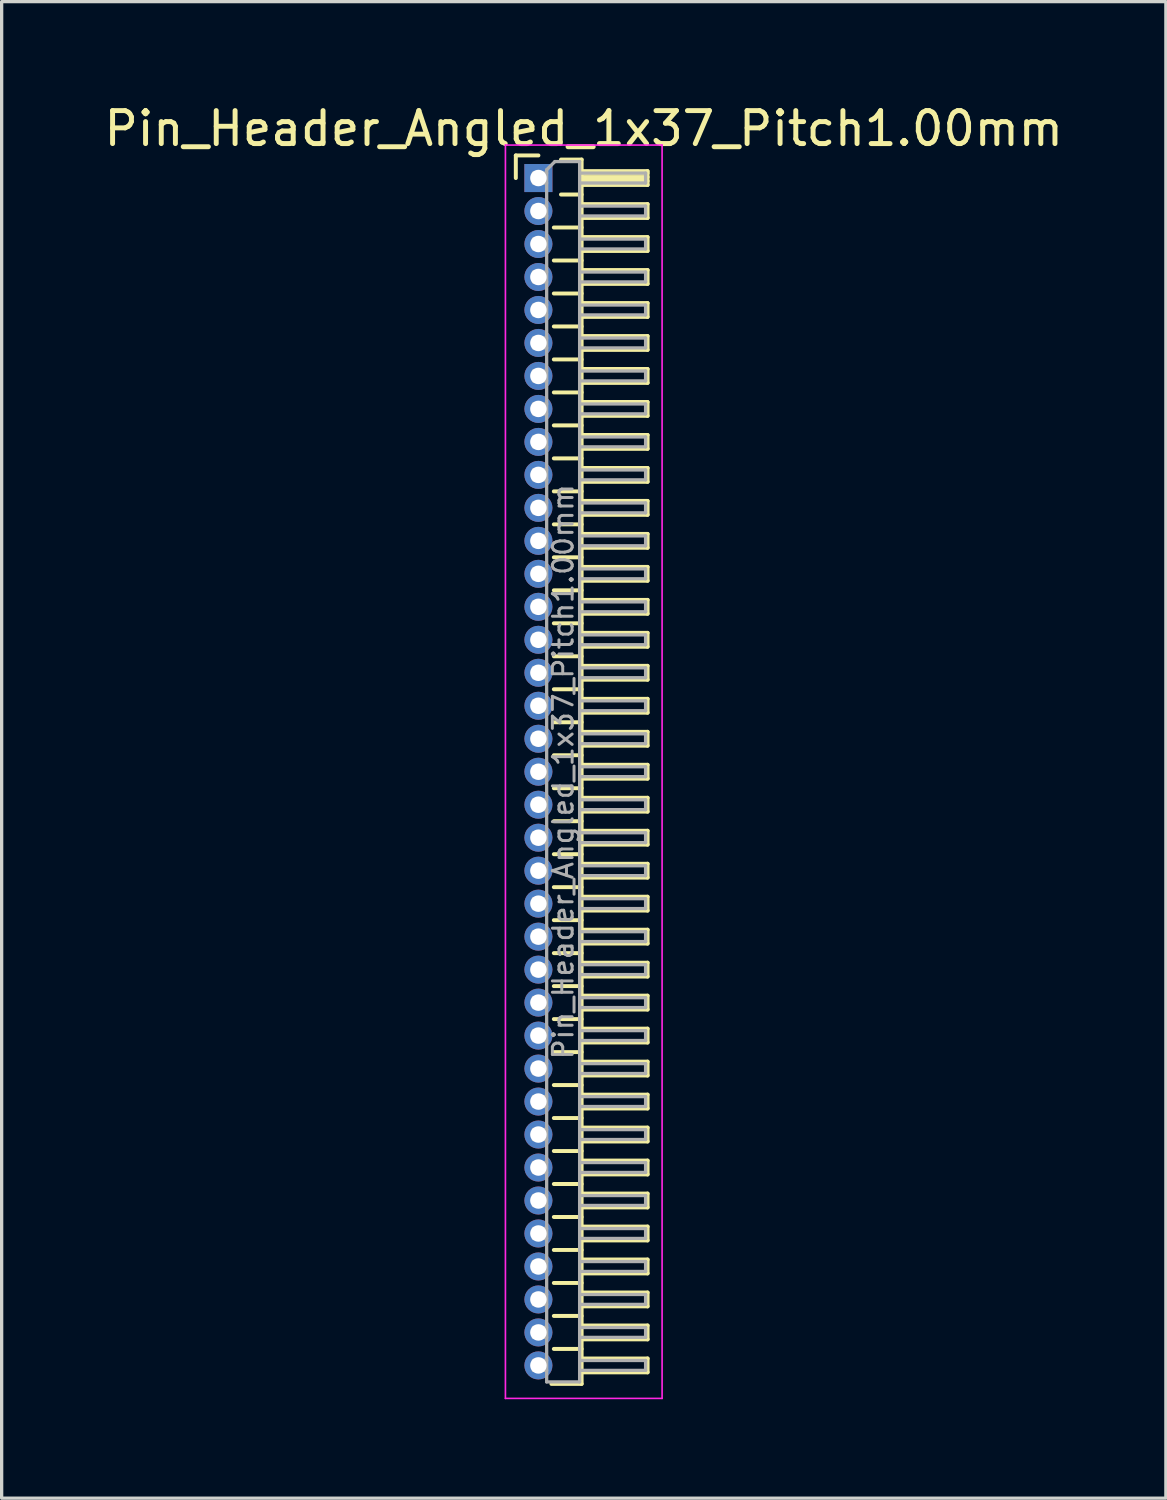
<source format=kicad_pcb>
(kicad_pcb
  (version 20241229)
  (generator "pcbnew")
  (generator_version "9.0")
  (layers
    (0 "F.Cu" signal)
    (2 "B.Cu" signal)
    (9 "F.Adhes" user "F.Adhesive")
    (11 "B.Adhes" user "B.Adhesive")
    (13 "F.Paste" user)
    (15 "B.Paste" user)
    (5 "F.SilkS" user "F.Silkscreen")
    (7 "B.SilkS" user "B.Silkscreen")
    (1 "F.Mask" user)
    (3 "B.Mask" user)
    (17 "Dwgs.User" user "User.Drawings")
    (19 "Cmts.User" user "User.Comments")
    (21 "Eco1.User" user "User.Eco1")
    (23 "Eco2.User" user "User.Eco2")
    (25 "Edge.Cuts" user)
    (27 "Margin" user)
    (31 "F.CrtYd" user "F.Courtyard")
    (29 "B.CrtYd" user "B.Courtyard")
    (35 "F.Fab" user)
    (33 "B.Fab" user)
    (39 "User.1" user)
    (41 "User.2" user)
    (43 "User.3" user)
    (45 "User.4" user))
  (footprint "Pin_Header_Angled_1x37_Pitch1.00mm"
    (layer "F.Cu")
    (at 13.274 2.348)
    (property "Reference" "Pin_Header_Angled_1x37_Pitch1.00mm" (at 1.375 -1.5 0) (layer "F.SilkS") (effects (font (size 1 1) (thickness 0.15))))
    (attr through_hole)
    (fp_line (start -0.685 -0.685) (end 0 -0.685) (stroke (width 0.12) (type solid)) (layer "F.SilkS"))
    (fp_line (start -0.685 0) (end -0.685 -0.685) (stroke (width 0.12) (type solid)) (layer "F.SilkS"))
    (fp_line (start 0.468 1.5) (end 1.31 1.5) (stroke (width 0.12) (type solid)) (layer "F.SilkS"))
    (fp_line (start 0.468 2.5) (end 1.31 2.5) (stroke (width 0.12) (type solid)) (layer "F.SilkS"))
    (fp_line (start 0.468 3.5) (end 1.31 3.5) (stroke (width 0.12) (type solid)) (layer "F.SilkS"))
    (fp_line (start 0.468 4.5) (end 1.31 4.5) (stroke (width 0.12) (type solid)) (layer "F.SilkS"))
    (fp_line (start 0.468 5.5) (end 1.31 5.5) (stroke (width 0.12) (type solid)) (layer "F.SilkS"))
    (fp_line (start 0.468 6.5) (end 1.31 6.5) (stroke (width 0.12) (type solid)) (layer "F.SilkS"))
    (fp_line (start 0.468 7.5) (end 1.31 7.5) (stroke (width 0.12) (type solid)) (layer "F.SilkS"))
    (fp_line (start 0.468 8.5) (end 1.31 8.5) (stroke (width 0.12) (type solid)) (layer "F.SilkS"))
    (fp_line (start 0.468 9.5) (end 1.31 9.5) (stroke (width 0.12) (type solid)) (layer "F.SilkS"))
    (fp_line (start 0.468 10.5) (end 1.31 10.5) (stroke (width 0.12) (type solid)) (layer "F.SilkS"))
    (fp_line (start 0.468 11.5) (end 1.31 11.5) (stroke (width 0.12) (type solid)) (layer "F.SilkS"))
    (fp_line (start 0.468 12.5) (end 1.31 12.5) (stroke (width 0.12) (type solid)) (layer "F.SilkS"))
    (fp_line (start 0.468 13.5) (end 1.31 13.5) (stroke (width 0.12) (type solid)) (layer "F.SilkS"))
    (fp_line (start 0.468 14.5) (end 1.31 14.5) (stroke (width 0.12) (type solid)) (layer "F.SilkS"))
    (fp_line (start 0.468 15.5) (end 1.31 15.5) (stroke (width 0.12) (type solid)) (layer "F.SilkS"))
    (fp_line (start 0.468 16.5) (end 1.31 16.5) (stroke (width 0.12) (type solid)) (layer "F.SilkS"))
    (fp_line (start 0.468 17.5) (end 1.31 17.5) (stroke (width 0.12) (type solid)) (layer "F.SilkS"))
    (fp_line (start 0.468 18.5) (end 1.31 18.5) (stroke (width 0.12) (type solid)) (layer "F.SilkS"))
    (fp_line (start 0.468 19.5) (end 1.31 19.5) (stroke (width 0.12) (type solid)) (layer "F.SilkS"))
    (fp_line (start 0.468 20.5) (end 1.31 20.5) (stroke (width 0.12) (type solid)) (layer "F.SilkS"))
    (fp_line (start 0.468 21.5) (end 1.31 21.5) (stroke (width 0.12) (type solid)) (layer "F.SilkS"))
    (fp_line (start 0.468 22.5) (end 1.31 22.5) (stroke (width 0.12) (type solid)) (layer "F.SilkS"))
    (fp_line (start 0.468 23.5) (end 1.31 23.5) (stroke (width 0.12) (type solid)) (layer "F.SilkS"))
    (fp_line (start 0.468 24.5) (end 1.31 24.5) (stroke (width 0.12) (type solid)) (layer "F.SilkS"))
    (fp_line (start 0.468 25.5) (end 1.31 25.5) (stroke (width 0.12) (type solid)) (layer "F.SilkS"))
    (fp_line (start 0.468 26.5) (end 1.31 26.5) (stroke (width 0.12) (type solid)) (layer "F.SilkS"))
    (fp_line (start 0.468 27.5) (end 1.31 27.5) (stroke (width 0.12) (type solid)) (layer "F.SilkS"))
    (fp_line (start 0.468 28.5) (end 1.31 28.5) (stroke (width 0.12) (type solid)) (layer "F.SilkS"))
    (fp_line (start 0.468 29.5) (end 1.31 29.5) (stroke (width 0.12) (type solid)) (layer "F.SilkS"))
    (fp_line (start 0.468 30.5) (end 1.31 30.5) (stroke (width 0.12) (type solid)) (layer "F.SilkS"))
    (fp_line (start 0.468 31.5) (end 1.31 31.5) (stroke (width 0.12) (type solid)) (layer "F.SilkS"))
    (fp_line (start 0.468 32.5) (end 1.31 32.5) (stroke (width 0.12) (type solid)) (layer "F.SilkS"))
    (fp_line (start 0.468 33.5) (end 1.31 33.5) (stroke (width 0.12) (type solid)) (layer "F.SilkS"))
    (fp_line (start 0.468 34.5) (end 1.31 34.5) (stroke (width 0.12) (type solid)) (layer "F.SilkS"))
    (fp_line (start 0.468 35.5) (end 1.31 35.5) (stroke (width 0.12) (type solid)) (layer "F.SilkS"))
    (fp_line (start 0.685 -0.56) (end 1.31 -0.56) (stroke (width 0.12) (type solid)) (layer "F.SilkS"))
    (fp_line (start 0.685 0.5) (end 1.31 0.5) (stroke (width 0.12) (type solid)) (layer "F.SilkS"))
    (fp_line (start 1.31 -0.56) (end 1.31 36.56) (stroke (width 0.12) (type solid)) (layer "F.SilkS"))
    (fp_line (start 1.31 -0.21) (end 3.31 -0.21) (stroke (width 0.12) (type solid)) (layer "F.SilkS"))
    (fp_line (start 1.31 -0.15) (end 3.31 -0.15) (stroke (width 0.12) (type solid)) (layer "F.SilkS"))
    (fp_line (start 1.31 -0.03) (end 3.31 -0.03) (stroke (width 0.12) (type solid)) (layer "F.SilkS"))
    (fp_line (start 1.31 0.09) (end 3.31 0.09) (stroke (width 0.12) (type solid)) (layer "F.SilkS"))
    (fp_line (start 1.31 0.79) (end 3.31 0.79) (stroke (width 0.12) (type solid)) (layer "F.SilkS"))
    (fp_line (start 1.31 1.79) (end 3.31 1.79) (stroke (width 0.12) (type solid)) (layer "F.SilkS"))
    (fp_line (start 1.31 2.79) (end 3.31 2.79) (stroke (width 0.12) (type solid)) (layer "F.SilkS"))
    (fp_line (start 1.31 3.79) (end 3.31 3.79) (stroke (width 0.12) (type solid)) (layer "F.SilkS"))
    (fp_line (start 1.31 4.79) (end 3.31 4.79) (stroke (width 0.12) (type solid)) (layer "F.SilkS"))
    (fp_line (start 1.31 5.79) (end 3.31 5.79) (stroke (width 0.12) (type solid)) (layer "F.SilkS"))
    (fp_line (start 1.31 6.79) (end 3.31 6.79) (stroke (width 0.12) (type solid)) (layer "F.SilkS"))
    (fp_line (start 1.31 7.79) (end 3.31 7.79) (stroke (width 0.12) (type solid)) (layer "F.SilkS"))
    (fp_line (start 1.31 8.79) (end 3.31 8.79) (stroke (width 0.12) (type solid)) (layer "F.SilkS"))
    (fp_line (start 1.31 9.79) (end 3.31 9.79) (stroke (width 0.12) (type solid)) (layer "F.SilkS"))
    (fp_line (start 1.31 10.79) (end 3.31 10.79) (stroke (width 0.12) (type solid)) (layer "F.SilkS"))
    (fp_line (start 1.31 11.79) (end 3.31 11.79) (stroke (width 0.12) (type solid)) (layer "F.SilkS"))
    (fp_line (start 1.31 12.79) (end 3.31 12.79) (stroke (width 0.12) (type solid)) (layer "F.SilkS"))
    (fp_line (start 1.31 13.79) (end 3.31 13.79) (stroke (width 0.12) (type solid)) (layer "F.SilkS"))
    (fp_line (start 1.31 14.79) (end 3.31 14.79) (stroke (width 0.12) (type solid)) (layer "F.SilkS"))
    (fp_line (start 1.31 15.79) (end 3.31 15.79) (stroke (width 0.12) (type solid)) (layer "F.SilkS"))
    (fp_line (start 1.31 16.79) (end 3.31 16.79) (stroke (width 0.12) (type solid)) (layer "F.SilkS"))
    (fp_line (start 1.31 17.79) (end 3.31 17.79) (stroke (width 0.12) (type solid)) (layer "F.SilkS"))
    (fp_line (start 1.31 18.79) (end 3.31 18.79) (stroke (width 0.12) (type solid)) (layer "F.SilkS"))
    (fp_line (start 1.31 19.79) (end 3.31 19.79) (stroke (width 0.12) (type solid)) (layer "F.SilkS"))
    (fp_line (start 1.31 20.79) (end 3.31 20.79) (stroke (width 0.12) (type solid)) (layer "F.SilkS"))
    (fp_line (start 1.31 21.79) (end 3.31 21.79) (stroke (width 0.12) (type solid)) (layer "F.SilkS"))
    (fp_line (start 1.31 22.79) (end 3.31 22.79) (stroke (width 0.12) (type solid)) (layer "F.SilkS"))
    (fp_line (start 1.31 23.79) (end 3.31 23.79) (stroke (width 0.12) (type solid)) (layer "F.SilkS"))
    (fp_line (start 1.31 24.79) (end 3.31 24.79) (stroke (width 0.12) (type solid)) (layer "F.SilkS"))
    (fp_line (start 1.31 25.79) (end 3.31 25.79) (stroke (width 0.12) (type solid)) (layer "F.SilkS"))
    (fp_line (start 1.31 26.79) (end 3.31 26.79) (stroke (width 0.12) (type solid)) (layer "F.SilkS"))
    (fp_line (start 1.31 27.79) (end 3.31 27.79) (stroke (width 0.12) (type solid)) (layer "F.SilkS"))
    (fp_line (start 1.31 28.79) (end 3.31 28.79) (stroke (width 0.12) (type solid)) (layer "F.SilkS"))
    (fp_line (start 1.31 29.79) (end 3.31 29.79) (stroke (width 0.12) (type solid)) (layer "F.SilkS"))
    (fp_line (start 1.31 30.79) (end 3.31 30.79) (stroke (width 0.12) (type solid)) (layer "F.SilkS"))
    (fp_line (start 1.31 31.79) (end 3.31 31.79) (stroke (width 0.12) (type solid)) (layer "F.SilkS"))
    (fp_line (start 1.31 32.79) (end 3.31 32.79) (stroke (width 0.12) (type solid)) (layer "F.SilkS"))
    (fp_line (start 1.31 33.79) (end 3.31 33.79) (stroke (width 0.12) (type solid)) (layer "F.SilkS"))
    (fp_line (start 1.31 34.79) (end 3.31 34.79) (stroke (width 0.12) (type solid)) (layer "F.SilkS"))
    (fp_line (start 1.31 35.79) (end 3.31 35.79) (stroke (width 0.12) (type solid)) (layer "F.SilkS"))
    (fp_line (start 1.31 36.56) (end 0.394 36.56) (stroke (width 0.12) (type solid)) (layer "F.SilkS"))
    (fp_line (start 3.31 -0.21) (end 3.31 0.21) (stroke (width 0.12) (type solid)) (layer "F.SilkS"))
    (fp_line (start 3.31 0.21) (end 1.31 0.21) (stroke (width 0.12) (type solid)) (layer "F.SilkS"))
    (fp_line (start 3.31 0.79) (end 3.31 1.21) (stroke (width 0.12) (type solid)) (layer "F.SilkS"))
    (fp_line (start 3.31 1.21) (end 1.31 1.21) (stroke (width 0.12) (type solid)) (layer "F.SilkS"))
    (fp_line (start 3.31 1.79) (end 3.31 2.21) (stroke (width 0.12) (type solid)) (layer "F.SilkS"))
    (fp_line (start 3.31 2.21) (end 1.31 2.21) (stroke (width 0.12) (type solid)) (layer "F.SilkS"))
    (fp_line (start 3.31 2.79) (end 3.31 3.21) (stroke (width 0.12) (type solid)) (layer "F.SilkS"))
    (fp_line (start 3.31 3.21) (end 1.31 3.21) (stroke (width 0.12) (type solid)) (layer "F.SilkS"))
    (fp_line (start 3.31 3.79) (end 3.31 4.21) (stroke (width 0.12) (type solid)) (layer "F.SilkS"))
    (fp_line (start 3.31 4.21) (end 1.31 4.21) (stroke (width 0.12) (type solid)) (layer "F.SilkS"))
    (fp_line (start 3.31 4.79) (end 3.31 5.21) (stroke (width 0.12) (type solid)) (layer "F.SilkS"))
    (fp_line (start 3.31 5.21) (end 1.31 5.21) (stroke (width 0.12) (type solid)) (layer "F.SilkS"))
    (fp_line (start 3.31 5.79) (end 3.31 6.21) (stroke (width 0.12) (type solid)) (layer "F.SilkS"))
    (fp_line (start 3.31 6.21) (end 1.31 6.21) (stroke (width 0.12) (type solid)) (layer "F.SilkS"))
    (fp_line (start 3.31 6.79) (end 3.31 7.21) (stroke (width 0.12) (type solid)) (layer "F.SilkS"))
    (fp_line (start 3.31 7.21) (end 1.31 7.21) (stroke (width 0.12) (type solid)) (layer "F.SilkS"))
    (fp_line (start 3.31 7.79) (end 3.31 8.21) (stroke (width 0.12) (type solid)) (layer "F.SilkS"))
    (fp_line (start 3.31 8.21) (end 1.31 8.21) (stroke (width 0.12) (type solid)) (layer "F.SilkS"))
    (fp_line (start 3.31 8.79) (end 3.31 9.21) (stroke (width 0.12) (type solid)) (layer "F.SilkS"))
    (fp_line (start 3.31 9.21) (end 1.31 9.21) (stroke (width 0.12) (type solid)) (layer "F.SilkS"))
    (fp_line (start 3.31 9.79) (end 3.31 10.21) (stroke (width 0.12) (type solid)) (layer "F.SilkS"))
    (fp_line (start 3.31 10.21) (end 1.31 10.21) (stroke (width 0.12) (type solid)) (layer "F.SilkS"))
    (fp_line (start 3.31 10.79) (end 3.31 11.21) (stroke (width 0.12) (type solid)) (layer "F.SilkS"))
    (fp_line (start 3.31 11.21) (end 1.31 11.21) (stroke (width 0.12) (type solid)) (layer "F.SilkS"))
    (fp_line (start 3.31 11.79) (end 3.31 12.21) (stroke (width 0.12) (type solid)) (layer "F.SilkS"))
    (fp_line (start 3.31 12.21) (end 1.31 12.21) (stroke (width 0.12) (type solid)) (layer "F.SilkS"))
    (fp_line (start 3.31 12.79) (end 3.31 13.21) (stroke (width 0.12) (type solid)) (layer "F.SilkS"))
    (fp_line (start 3.31 13.21) (end 1.31 13.21) (stroke (width 0.12) (type solid)) (layer "F.SilkS"))
    (fp_line (start 3.31 13.79) (end 3.31 14.21) (stroke (width 0.12) (type solid)) (layer "F.SilkS"))
    (fp_line (start 3.31 14.21) (end 1.31 14.21) (stroke (width 0.12) (type solid)) (layer "F.SilkS"))
    (fp_line (start 3.31 14.79) (end 3.31 15.21) (stroke (width 0.12) (type solid)) (layer "F.SilkS"))
    (fp_line (start 3.31 15.21) (end 1.31 15.21) (stroke (width 0.12) (type solid)) (layer "F.SilkS"))
    (fp_line (start 3.31 15.79) (end 3.31 16.21) (stroke (width 0.12) (type solid)) (layer "F.SilkS"))
    (fp_line (start 3.31 16.21) (end 1.31 16.21) (stroke (width 0.12) (type solid)) (layer "F.SilkS"))
    (fp_line (start 3.31 16.79) (end 3.31 17.21) (stroke (width 0.12) (type solid)) (layer "F.SilkS"))
    (fp_line (start 3.31 17.21) (end 1.31 17.21) (stroke (width 0.12) (type solid)) (layer "F.SilkS"))
    (fp_line (start 3.31 17.79) (end 3.31 18.21) (stroke (width 0.12) (type solid)) (layer "F.SilkS"))
    (fp_line (start 3.31 18.21) (end 1.31 18.21) (stroke (width 0.12) (type solid)) (layer "F.SilkS"))
    (fp_line (start 3.31 18.79) (end 3.31 19.21) (stroke (width 0.12) (type solid)) (layer "F.SilkS"))
    (fp_line (start 3.31 19.21) (end 1.31 19.21) (stroke (width 0.12) (type solid)) (layer "F.SilkS"))
    (fp_line (start 3.31 19.79) (end 3.31 20.21) (stroke (width 0.12) (type solid)) (layer "F.SilkS"))
    (fp_line (start 3.31 20.21) (end 1.31 20.21) (stroke (width 0.12) (type solid)) (layer "F.SilkS"))
    (fp_line (start 3.31 20.79) (end 3.31 21.21) (stroke (width 0.12) (type solid)) (layer "F.SilkS"))
    (fp_line (start 3.31 21.21) (end 1.31 21.21) (stroke (width 0.12) (type solid)) (layer "F.SilkS"))
    (fp_line (start 3.31 21.79) (end 3.31 22.21) (stroke (width 0.12) (type solid)) (layer "F.SilkS"))
    (fp_line (start 3.31 22.21) (end 1.31 22.21) (stroke (width 0.12) (type solid)) (layer "F.SilkS"))
    (fp_line (start 3.31 22.79) (end 3.31 23.21) (stroke (width 0.12) (type solid)) (layer "F.SilkS"))
    (fp_line (start 3.31 23.21) (end 1.31 23.21) (stroke (width 0.12) (type solid)) (layer "F.SilkS"))
    (fp_line (start 3.31 23.79) (end 3.31 24.21) (stroke (width 0.12) (type solid)) (layer "F.SilkS"))
    (fp_line (start 3.31 24.21) (end 1.31 24.21) (stroke (width 0.12) (type solid)) (layer "F.SilkS"))
    (fp_line (start 3.31 24.79) (end 3.31 25.21) (stroke (width 0.12) (type solid)) (layer "F.SilkS"))
    (fp_line (start 3.31 25.21) (end 1.31 25.21) (stroke (width 0.12) (type solid)) (layer "F.SilkS"))
    (fp_line (start 3.31 25.79) (end 3.31 26.21) (stroke (width 0.12) (type solid)) (layer "F.SilkS"))
    (fp_line (start 3.31 26.21) (end 1.31 26.21) (stroke (width 0.12) (type solid)) (layer "F.SilkS"))
    (fp_line (start 3.31 26.79) (end 3.31 27.21) (stroke (width 0.12) (type solid)) (layer "F.SilkS"))
    (fp_line (start 3.31 27.21) (end 1.31 27.21) (stroke (width 0.12) (type solid)) (layer "F.SilkS"))
    (fp_line (start 3.31 27.79) (end 3.31 28.21) (stroke (width 0.12) (type solid)) (layer "F.SilkS"))
    (fp_line (start 3.31 28.21) (end 1.31 28.21) (stroke (width 0.12) (type solid)) (layer "F.SilkS"))
    (fp_line (start 3.31 28.79) (end 3.31 29.21) (stroke (width 0.12) (type solid)) (layer "F.SilkS"))
    (fp_line (start 3.31 29.21) (end 1.31 29.21) (stroke (width 0.12) (type solid)) (layer "F.SilkS"))
    (fp_line (start 3.31 29.79) (end 3.31 30.21) (stroke (width 0.12) (type solid)) (layer "F.SilkS"))
    (fp_line (start 3.31 30.21) (end 1.31 30.21) (stroke (width 0.12) (type solid)) (layer "F.SilkS"))
    (fp_line (start 3.31 30.79) (end 3.31 31.21) (stroke (width 0.12) (type solid)) (layer "F.SilkS"))
    (fp_line (start 3.31 31.21) (end 1.31 31.21) (stroke (width 0.12) (type solid)) (layer "F.SilkS"))
    (fp_line (start 3.31 31.79) (end 3.31 32.21) (stroke (width 0.12) (type solid)) (layer "F.SilkS"))
    (fp_line (start 3.31 32.21) (end 1.31 32.21) (stroke (width 0.12) (type solid)) (layer "F.SilkS"))
    (fp_line (start 3.31 32.79) (end 3.31 33.21) (stroke (width 0.12) (type solid)) (layer "F.SilkS"))
    (fp_line (start 3.31 33.21) (end 1.31 33.21) (stroke (width 0.12) (type solid)) (layer "F.SilkS"))
    (fp_line (start 3.31 33.79) (end 3.31 34.21) (stroke (width 0.12) (type solid)) (layer "F.SilkS"))
    (fp_line (start 3.31 34.21) (end 1.31 34.21) (stroke (width 0.12) (type solid)) (layer "F.SilkS"))
    (fp_line (start 3.31 34.79) (end 3.31 35.21) (stroke (width 0.12) (type solid)) (layer "F.SilkS"))
    (fp_line (start 3.31 35.21) (end 1.31 35.21) (stroke (width 0.12) (type solid)) (layer "F.SilkS"))
    (fp_line (start 3.31 35.79) (end 3.31 36.21) (stroke (width 0.12) (type solid)) (layer "F.SilkS"))
    (fp_line (start 3.31 36.21) (end 1.31 36.21) (stroke (width 0.12) (type solid)) (layer "F.SilkS"))
    (fp_line (start -1 -1) (end -1 37) (stroke (width 0.05) (type solid)) (layer "F.CrtYd"))
    (fp_line (start -1 37) (end 3.75 37) (stroke (width 0.05) (type solid)) (layer "F.CrtYd"))
    (fp_line (start 3.75 -1) (end -1 -1) (stroke (width 0.05) (type solid)) (layer "F.CrtYd"))
    (fp_line (start 3.75 37) (end 3.75 -1) (stroke (width 0.05) (type solid)) (layer "F.CrtYd"))
    (fp_line (start -0.15 -0.15) (end -0.15 0.15) (stroke (width 0.1) (type solid)) (layer "F.Fab"))
    (fp_line (start -0.15 -0.15) (end 0.25 -0.15) (stroke (width 0.1) (type solid)) (layer "F.Fab"))
    (fp_line (start -0.15 0.15) (end 0.25 0.15) (stroke (width 0.1) (type solid)) (layer "F.Fab"))
    (fp_line (start -0.15 0.85) (end -0.15 1.15) (stroke (width 0.1) (type solid)) (layer "F.Fab"))
    (fp_line (start -0.15 0.85) (end 0.25 0.85) (stroke (width 0.1) (type solid)) (layer "F.Fab"))
    (fp_line (start -0.15 1.15) (end 0.25 1.15) (stroke (width 0.1) (type solid)) (layer "F.Fab"))
    (fp_line (start -0.15 1.85) (end -0.15 2.15) (stroke (width 0.1) (type solid)) (layer "F.Fab"))
    (fp_line (start -0.15 1.85) (end 0.25 1.85) (stroke (width 0.1) (type solid)) (layer "F.Fab"))
    (fp_line (start -0.15 2.15) (end 0.25 2.15) (stroke (width 0.1) (type solid)) (layer "F.Fab"))
    (fp_line (start -0.15 2.85) (end -0.15 3.15) (stroke (width 0.1) (type solid)) (layer "F.Fab"))
    (fp_line (start -0.15 2.85) (end 0.25 2.85) (stroke (width 0.1) (type solid)) (layer "F.Fab"))
    (fp_line (start -0.15 3.15) (end 0.25 3.15) (stroke (width 0.1) (type solid)) (layer "F.Fab"))
    (fp_line (start -0.15 3.85) (end -0.15 4.15) (stroke (width 0.1) (type solid)) (layer "F.Fab"))
    (fp_line (start -0.15 3.85) (end 0.25 3.85) (stroke (width 0.1) (type solid)) (layer "F.Fab"))
    (fp_line (start -0.15 4.15) (end 0.25 4.15) (stroke (width 0.1) (type solid)) (layer "F.Fab"))
    (fp_line (start -0.15 4.85) (end -0.15 5.15) (stroke (width 0.1) (type solid)) (layer "F.Fab"))
    (fp_line (start -0.15 4.85) (end 0.25 4.85) (stroke (width 0.1) (type solid)) (layer "F.Fab"))
    (fp_line (start -0.15 5.15) (end 0.25 5.15) (stroke (width 0.1) (type solid)) (layer "F.Fab"))
    (fp_line (start -0.15 5.85) (end -0.15 6.15) (stroke (width 0.1) (type solid)) (layer "F.Fab"))
    (fp_line (start -0.15 5.85) (end 0.25 5.85) (stroke (width 0.1) (type solid)) (layer "F.Fab"))
    (fp_line (start -0.15 6.15) (end 0.25 6.15) (stroke (width 0.1) (type solid)) (layer "F.Fab"))
    (fp_line (start -0.15 6.85) (end -0.15 7.15) (stroke (width 0.1) (type solid)) (layer "F.Fab"))
    (fp_line (start -0.15 6.85) (end 0.25 6.85) (stroke (width 0.1) (type solid)) (layer "F.Fab"))
    (fp_line (start -0.15 7.15) (end 0.25 7.15) (stroke (width 0.1) (type solid)) (layer "F.Fab"))
    (fp_line (start -0.15 7.85) (end -0.15 8.15) (stroke (width 0.1) (type solid)) (layer "F.Fab"))
    (fp_line (start -0.15 7.85) (end 0.25 7.85) (stroke (width 0.1) (type solid)) (layer "F.Fab"))
    (fp_line (start -0.15 8.15) (end 0.25 8.15) (stroke (width 0.1) (type solid)) (layer "F.Fab"))
    (fp_line (start -0.15 8.85) (end -0.15 9.15) (stroke (width 0.1) (type solid)) (layer "F.Fab"))
    (fp_line (start -0.15 8.85) (end 0.25 8.85) (stroke (width 0.1) (type solid)) (layer "F.Fab"))
    (fp_line (start -0.15 9.15) (end 0.25 9.15) (stroke (width 0.1) (type solid)) (layer "F.Fab"))
    (fp_line (start -0.15 9.85) (end -0.15 10.15) (stroke (width 0.1) (type solid)) (layer "F.Fab"))
    (fp_line (start -0.15 9.85) (end 0.25 9.85) (stroke (width 0.1) (type solid)) (layer "F.Fab"))
    (fp_line (start -0.15 10.15) (end 0.25 10.15) (stroke (width 0.1) (type solid)) (layer "F.Fab"))
    (fp_line (start -0.15 10.85) (end -0.15 11.15) (stroke (width 0.1) (type solid)) (layer "F.Fab"))
    (fp_line (start -0.15 10.85) (end 0.25 10.85) (stroke (width 0.1) (type solid)) (layer "F.Fab"))
    (fp_line (start -0.15 11.15) (end 0.25 11.15) (stroke (width 0.1) (type solid)) (layer "F.Fab"))
    (fp_line (start -0.15 11.85) (end -0.15 12.15) (stroke (width 0.1) (type solid)) (layer "F.Fab"))
    (fp_line (start -0.15 11.85) (end 0.25 11.85) (stroke (width 0.1) (type solid)) (layer "F.Fab"))
    (fp_line (start -0.15 12.15) (end 0.25 12.15) (stroke (width 0.1) (type solid)) (layer "F.Fab"))
    (fp_line (start -0.15 12.85) (end -0.15 13.15) (stroke (width 0.1) (type solid)) (layer "F.Fab"))
    (fp_line (start -0.15 12.85) (end 0.25 12.85) (stroke (width 0.1) (type solid)) (layer "F.Fab"))
    (fp_line (start -0.15 13.15) (end 0.25 13.15) (stroke (width 0.1) (type solid)) (layer "F.Fab"))
    (fp_line (start -0.15 13.85) (end -0.15 14.15) (stroke (width 0.1) (type solid)) (layer "F.Fab"))
    (fp_line (start -0.15 13.85) (end 0.25 13.85) (stroke (width 0.1) (type solid)) (layer "F.Fab"))
    (fp_line (start -0.15 14.15) (end 0.25 14.15) (stroke (width 0.1) (type solid)) (layer "F.Fab"))
    (fp_line (start -0.15 14.85) (end -0.15 15.15) (stroke (width 0.1) (type solid)) (layer "F.Fab"))
    (fp_line (start -0.15 14.85) (end 0.25 14.85) (stroke (width 0.1) (type solid)) (layer "F.Fab"))
    (fp_line (start -0.15 15.15) (end 0.25 15.15) (stroke (width 0.1) (type solid)) (layer "F.Fab"))
    (fp_line (start -0.15 15.85) (end -0.15 16.15) (stroke (width 0.1) (type solid)) (layer "F.Fab"))
    (fp_line (start -0.15 15.85) (end 0.25 15.85) (stroke (width 0.1) (type solid)) (layer "F.Fab"))
    (fp_line (start -0.15 16.15) (end 0.25 16.15) (stroke (width 0.1) (type solid)) (layer "F.Fab"))
    (fp_line (start -0.15 16.85) (end -0.15 17.15) (stroke (width 0.1) (type solid)) (layer "F.Fab"))
    (fp_line (start -0.15 16.85) (end 0.25 16.85) (stroke (width 0.1) (type solid)) (layer "F.Fab"))
    (fp_line (start -0.15 17.15) (end 0.25 17.15) (stroke (width 0.1) (type solid)) (layer "F.Fab"))
    (fp_line (start -0.15 17.85) (end -0.15 18.15) (stroke (width 0.1) (type solid)) (layer "F.Fab"))
    (fp_line (start -0.15 17.85) (end 0.25 17.85) (stroke (width 0.1) (type solid)) (layer "F.Fab"))
    (fp_line (start -0.15 18.15) (end 0.25 18.15) (stroke (width 0.1) (type solid)) (layer "F.Fab"))
    (fp_line (start -0.15 18.85) (end -0.15 19.15) (stroke (width 0.1) (type solid)) (layer "F.Fab"))
    (fp_line (start -0.15 18.85) (end 0.25 18.85) (stroke (width 0.1) (type solid)) (layer "F.Fab"))
    (fp_line (start -0.15 19.15) (end 0.25 19.15) (stroke (width 0.1) (type solid)) (layer "F.Fab"))
    (fp_line (start -0.15 19.85) (end -0.15 20.15) (stroke (width 0.1) (type solid)) (layer "F.Fab"))
    (fp_line (start -0.15 19.85) (end 0.25 19.85) (stroke (width 0.1) (type solid)) (layer "F.Fab"))
    (fp_line (start -0.15 20.15) (end 0.25 20.15) (stroke (width 0.1) (type solid)) (layer "F.Fab"))
    (fp_line (start -0.15 20.85) (end -0.15 21.15) (stroke (width 0.1) (type solid)) (layer "F.Fab"))
    (fp_line (start -0.15 20.85) (end 0.25 20.85) (stroke (width 0.1) (type solid)) (layer "F.Fab"))
    (fp_line (start -0.15 21.15) (end 0.25 21.15) (stroke (width 0.1) (type solid)) (layer "F.Fab"))
    (fp_line (start -0.15 21.85) (end -0.15 22.15) (stroke (width 0.1) (type solid)) (layer "F.Fab"))
    (fp_line (start -0.15 21.85) (end 0.25 21.85) (stroke (width 0.1) (type solid)) (layer "F.Fab"))
    (fp_line (start -0.15 22.15) (end 0.25 22.15) (stroke (width 0.1) (type solid)) (layer "F.Fab"))
    (fp_line (start -0.15 22.85) (end -0.15 23.15) (stroke (width 0.1) (type solid)) (layer "F.Fab"))
    (fp_line (start -0.15 22.85) (end 0.25 22.85) (stroke (width 0.1) (type solid)) (layer "F.Fab"))
    (fp_line (start -0.15 23.15) (end 0.25 23.15) (stroke (width 0.1) (type solid)) (layer "F.Fab"))
    (fp_line (start -0.15 23.85) (end -0.15 24.15) (stroke (width 0.1) (type solid)) (layer "F.Fab"))
    (fp_line (start -0.15 23.85) (end 0.25 23.85) (stroke (width 0.1) (type solid)) (layer "F.Fab"))
    (fp_line (start -0.15 24.15) (end 0.25 24.15) (stroke (width 0.1) (type solid)) (layer "F.Fab"))
    (fp_line (start -0.15 24.85) (end -0.15 25.15) (stroke (width 0.1) (type solid)) (layer "F.Fab"))
    (fp_line (start -0.15 24.85) (end 0.25 24.85) (stroke (width 0.1) (type solid)) (layer "F.Fab"))
    (fp_line (start -0.15 25.15) (end 0.25 25.15) (stroke (width 0.1) (type solid)) (layer "F.Fab"))
    (fp_line (start -0.15 25.85) (end -0.15 26.15) (stroke (width 0.1) (type solid)) (layer "F.Fab"))
    (fp_line (start -0.15 25.85) (end 0.25 25.85) (stroke (width 0.1) (type solid)) (layer "F.Fab"))
    (fp_line (start -0.15 26.15) (end 0.25 26.15) (stroke (width 0.1) (type solid)) (layer "F.Fab"))
    (fp_line (start -0.15 26.85) (end -0.15 27.15) (stroke (width 0.1) (type solid)) (layer "F.Fab"))
    (fp_line (start -0.15 26.85) (end 0.25 26.85) (stroke (width 0.1) (type solid)) (layer "F.Fab"))
    (fp_line (start -0.15 27.15) (end 0.25 27.15) (stroke (width 0.1) (type solid)) (layer "F.Fab"))
    (fp_line (start -0.15 27.85) (end -0.15 28.15) (stroke (width 0.1) (type solid)) (layer "F.Fab"))
    (fp_line (start -0.15 27.85) (end 0.25 27.85) (stroke (width 0.1) (type solid)) (layer "F.Fab"))
    (fp_line (start -0.15 28.15) (end 0.25 28.15) (stroke (width 0.1) (type solid)) (layer "F.Fab"))
    (fp_line (start -0.15 28.85) (end -0.15 29.15) (stroke (width 0.1) (type solid)) (layer "F.Fab"))
    (fp_line (start -0.15 28.85) (end 0.25 28.85) (stroke (width 0.1) (type solid)) (layer "F.Fab"))
    (fp_line (start -0.15 29.15) (end 0.25 29.15) (stroke (width 0.1) (type solid)) (layer "F.Fab"))
    (fp_line (start -0.15 29.85) (end -0.15 30.15) (stroke (width 0.1) (type solid)) (layer "F.Fab"))
    (fp_line (start -0.15 29.85) (end 0.25 29.85) (stroke (width 0.1) (type solid)) (layer "F.Fab"))
    (fp_line (start -0.15 30.15) (end 0.25 30.15) (stroke (width 0.1) (type solid)) (layer "F.Fab"))
    (fp_line (start -0.15 30.85) (end -0.15 31.15) (stroke (width 0.1) (type solid)) (layer "F.Fab"))
    (fp_line (start -0.15 30.85) (end 0.25 30.85) (stroke (width 0.1) (type solid)) (layer "F.Fab"))
    (fp_line (start -0.15 31.15) (end 0.25 31.15) (stroke (width 0.1) (type solid)) (layer "F.Fab"))
    (fp_line (start -0.15 31.85) (end -0.15 32.15) (stroke (width 0.1) (type solid)) (layer "F.Fab"))
    (fp_line (start -0.15 31.85) (end 0.25 31.85) (stroke (width 0.1) (type solid)) (layer "F.Fab"))
    (fp_line (start -0.15 32.15) (end 0.25 32.15) (stroke (width 0.1) (type solid)) (layer "F.Fab"))
    (fp_line (start -0.15 32.85) (end -0.15 33.15) (stroke (width 0.1) (type solid)) (layer "F.Fab"))
    (fp_line (start -0.15 32.85) (end 0.25 32.85) (stroke (width 0.1) (type solid)) (layer "F.Fab"))
    (fp_line (start -0.15 33.15) (end 0.25 33.15) (stroke (width 0.1) (type solid)) (layer "F.Fab"))
    (fp_line (start -0.15 33.85) (end -0.15 34.15) (stroke (width 0.1) (type solid)) (layer "F.Fab"))
    (fp_line (start -0.15 33.85) (end 0.25 33.85) (stroke (width 0.1) (type solid)) (layer "F.Fab"))
    (fp_line (start -0.15 34.15) (end 0.25 34.15) (stroke (width 0.1) (type solid)) (layer "F.Fab"))
    (fp_line (start -0.15 34.85) (end -0.15 35.15) (stroke (width 0.1) (type solid)) (layer "F.Fab"))
    (fp_line (start -0.15 34.85) (end 0.25 34.85) (stroke (width 0.1) (type solid)) (layer "F.Fab"))
    (fp_line (start -0.15 35.15) (end 0.25 35.15) (stroke (width 0.1) (type solid)) (layer "F.Fab"))
    (fp_line (start -0.15 35.85) (end -0.15 36.15) (stroke (width 0.1) (type solid)) (layer "F.Fab"))
    (fp_line (start -0.15 35.85) (end 0.25 35.85) (stroke (width 0.1) (type solid)) (layer "F.Fab"))
    (fp_line (start -0.15 36.15) (end 0.25 36.15) (stroke (width 0.1) (type solid)) (layer "F.Fab"))
    (fp_line (start 0.25 -0.25) (end 0.5 -0.5) (stroke (width 0.1) (type solid)) (layer "F.Fab"))
    (fp_line (start 0.25 36.5) (end 0.25 -0.25) (stroke (width 0.1) (type solid)) (layer "F.Fab"))
    (fp_line (start 0.5 -0.5) (end 1.25 -0.5) (stroke (width 0.1) (type solid)) (layer "F.Fab"))
    (fp_line (start 1.25 -0.5) (end 1.25 36.5) (stroke (width 0.1) (type solid)) (layer "F.Fab"))
    (fp_line (start 1.25 -0.15) (end 3.25 -0.15) (stroke (width 0.1) (type solid)) (layer "F.Fab"))
    (fp_line (start 1.25 0.15) (end 3.25 0.15) (stroke (width 0.1) (type solid)) (layer "F.Fab"))
    (fp_line (start 1.25 0.85) (end 3.25 0.85) (stroke (width 0.1) (type solid)) (layer "F.Fab"))
    (fp_line (start 1.25 1.15) (end 3.25 1.15) (stroke (width 0.1) (type solid)) (layer "F.Fab"))
    (fp_line (start 1.25 1.85) (end 3.25 1.85) (stroke (width 0.1) (type solid)) (layer "F.Fab"))
    (fp_line (start 1.25 2.15) (end 3.25 2.15) (stroke (width 0.1) (type solid)) (layer "F.Fab"))
    (fp_line (start 1.25 2.85) (end 3.25 2.85) (stroke (width 0.1) (type solid)) (layer "F.Fab"))
    (fp_line (start 1.25 3.15) (end 3.25 3.15) (stroke (width 0.1) (type solid)) (layer "F.Fab"))
    (fp_line (start 1.25 3.85) (end 3.25 3.85) (stroke (width 0.1) (type solid)) (layer "F.Fab"))
    (fp_line (start 1.25 4.15) (end 3.25 4.15) (stroke (width 0.1) (type solid)) (layer "F.Fab"))
    (fp_line (start 1.25 4.85) (end 3.25 4.85) (stroke (width 0.1) (type solid)) (layer "F.Fab"))
    (fp_line (start 1.25 5.15) (end 3.25 5.15) (stroke (width 0.1) (type solid)) (layer "F.Fab"))
    (fp_line (start 1.25 5.85) (end 3.25 5.85) (stroke (width 0.1) (type solid)) (layer "F.Fab"))
    (fp_line (start 1.25 6.15) (end 3.25 6.15) (stroke (width 0.1) (type solid)) (layer "F.Fab"))
    (fp_line (start 1.25 6.85) (end 3.25 6.85) (stroke (width 0.1) (type solid)) (layer "F.Fab"))
    (fp_line (start 1.25 7.15) (end 3.25 7.15) (stroke (width 0.1) (type solid)) (layer "F.Fab"))
    (fp_line (start 1.25 7.85) (end 3.25 7.85) (stroke (width 0.1) (type solid)) (layer "F.Fab"))
    (fp_line (start 1.25 8.15) (end 3.25 8.15) (stroke (width 0.1) (type solid)) (layer "F.Fab"))
    (fp_line (start 1.25 8.85) (end 3.25 8.85) (stroke (width 0.1) (type solid)) (layer "F.Fab"))
    (fp_line (start 1.25 9.15) (end 3.25 9.15) (stroke (width 0.1) (type solid)) (layer "F.Fab"))
    (fp_line (start 1.25 9.85) (end 3.25 9.85) (stroke (width 0.1) (type solid)) (layer "F.Fab"))
    (fp_line (start 1.25 10.15) (end 3.25 10.15) (stroke (width 0.1) (type solid)) (layer "F.Fab"))
    (fp_line (start 1.25 10.85) (end 3.25 10.85) (stroke (width 0.1) (type solid)) (layer "F.Fab"))
    (fp_line (start 1.25 11.15) (end 3.25 11.15) (stroke (width 0.1) (type solid)) (layer "F.Fab"))
    (fp_line (start 1.25 11.85) (end 3.25 11.85) (stroke (width 0.1) (type solid)) (layer "F.Fab"))
    (fp_line (start 1.25 12.15) (end 3.25 12.15) (stroke (width 0.1) (type solid)) (layer "F.Fab"))
    (fp_line (start 1.25 12.85) (end 3.25 12.85) (stroke (width 0.1) (type solid)) (layer "F.Fab"))
    (fp_line (start 1.25 13.15) (end 3.25 13.15) (stroke (width 0.1) (type solid)) (layer "F.Fab"))
    (fp_line (start 1.25 13.85) (end 3.25 13.85) (stroke (width 0.1) (type solid)) (layer "F.Fab"))
    (fp_line (start 1.25 14.15) (end 3.25 14.15) (stroke (width 0.1) (type solid)) (layer "F.Fab"))
    (fp_line (start 1.25 14.85) (end 3.25 14.85) (stroke (width 0.1) (type solid)) (layer "F.Fab"))
    (fp_line (start 1.25 15.15) (end 3.25 15.15) (stroke (width 0.1) (type solid)) (layer "F.Fab"))
    (fp_line (start 1.25 15.85) (end 3.25 15.85) (stroke (width 0.1) (type solid)) (layer "F.Fab"))
    (fp_line (start 1.25 16.15) (end 3.25 16.15) (stroke (width 0.1) (type solid)) (layer "F.Fab"))
    (fp_line (start 1.25 16.85) (end 3.25 16.85) (stroke (width 0.1) (type solid)) (layer "F.Fab"))
    (fp_line (start 1.25 17.15) (end 3.25 17.15) (stroke (width 0.1) (type solid)) (layer "F.Fab"))
    (fp_line (start 1.25 17.85) (end 3.25 17.85) (stroke (width 0.1) (type solid)) (layer "F.Fab"))
    (fp_line (start 1.25 18.15) (end 3.25 18.15) (stroke (width 0.1) (type solid)) (layer "F.Fab"))
    (fp_line (start 1.25 18.85) (end 3.25 18.85) (stroke (width 0.1) (type solid)) (layer "F.Fab"))
    (fp_line (start 1.25 19.15) (end 3.25 19.15) (stroke (width 0.1) (type solid)) (layer "F.Fab"))
    (fp_line (start 1.25 19.85) (end 3.25 19.85) (stroke (width 0.1) (type solid)) (layer "F.Fab"))
    (fp_line (start 1.25 20.15) (end 3.25 20.15) (stroke (width 0.1) (type solid)) (layer "F.Fab"))
    (fp_line (start 1.25 20.85) (end 3.25 20.85) (stroke (width 0.1) (type solid)) (layer "F.Fab"))
    (fp_line (start 1.25 21.15) (end 3.25 21.15) (stroke (width 0.1) (type solid)) (layer "F.Fab"))
    (fp_line (start 1.25 21.85) (end 3.25 21.85) (stroke (width 0.1) (type solid)) (layer "F.Fab"))
    (fp_line (start 1.25 22.15) (end 3.25 22.15) (stroke (width 0.1) (type solid)) (layer "F.Fab"))
    (fp_line (start 1.25 22.85) (end 3.25 22.85) (stroke (width 0.1) (type solid)) (layer "F.Fab"))
    (fp_line (start 1.25 23.15) (end 3.25 23.15) (stroke (width 0.1) (type solid)) (layer "F.Fab"))
    (fp_line (start 1.25 23.85) (end 3.25 23.85) (stroke (width 0.1) (type solid)) (layer "F.Fab"))
    (fp_line (start 1.25 24.15) (end 3.25 24.15) (stroke (width 0.1) (type solid)) (layer "F.Fab"))
    (fp_line (start 1.25 24.85) (end 3.25 24.85) (stroke (width 0.1) (type solid)) (layer "F.Fab"))
    (fp_line (start 1.25 25.15) (end 3.25 25.15) (stroke (width 0.1) (type solid)) (layer "F.Fab"))
    (fp_line (start 1.25 25.85) (end 3.25 25.85) (stroke (width 0.1) (type solid)) (layer "F.Fab"))
    (fp_line (start 1.25 26.15) (end 3.25 26.15) (stroke (width 0.1) (type solid)) (layer "F.Fab"))
    (fp_line (start 1.25 26.85) (end 3.25 26.85) (stroke (width 0.1) (type solid)) (layer "F.Fab"))
    (fp_line (start 1.25 27.15) (end 3.25 27.15) (stroke (width 0.1) (type solid)) (layer "F.Fab"))
    (fp_line (start 1.25 27.85) (end 3.25 27.85) (stroke (width 0.1) (type solid)) (layer "F.Fab"))
    (fp_line (start 1.25 28.15) (end 3.25 28.15) (stroke (width 0.1) (type solid)) (layer "F.Fab"))
    (fp_line (start 1.25 28.85) (end 3.25 28.85) (stroke (width 0.1) (type solid)) (layer "F.Fab"))
    (fp_line (start 1.25 29.15) (end 3.25 29.15) (stroke (width 0.1) (type solid)) (layer "F.Fab"))
    (fp_line (start 1.25 29.85) (end 3.25 29.85) (stroke (width 0.1) (type solid)) (layer "F.Fab"))
    (fp_line (start 1.25 30.15) (end 3.25 30.15) (stroke (width 0.1) (type solid)) (layer "F.Fab"))
    (fp_line (start 1.25 30.85) (end 3.25 30.85) (stroke (width 0.1) (type solid)) (layer "F.Fab"))
    (fp_line (start 1.25 31.15) (end 3.25 31.15) (stroke (width 0.1) (type solid)) (layer "F.Fab"))
    (fp_line (start 1.25 31.85) (end 3.25 31.85) (stroke (width 0.1) (type solid)) (layer "F.Fab"))
    (fp_line (start 1.25 32.15) (end 3.25 32.15) (stroke (width 0.1) (type solid)) (layer "F.Fab"))
    (fp_line (start 1.25 32.85) (end 3.25 32.85) (stroke (width 0.1) (type solid)) (layer "F.Fab"))
    (fp_line (start 1.25 33.15) (end 3.25 33.15) (stroke (width 0.1) (type solid)) (layer "F.Fab"))
    (fp_line (start 1.25 33.85) (end 3.25 33.85) (stroke (width 0.1) (type solid)) (layer "F.Fab"))
    (fp_line (start 1.25 34.15) (end 3.25 34.15) (stroke (width 0.1) (type solid)) (layer "F.Fab"))
    (fp_line (start 1.25 34.85) (end 3.25 34.85) (stroke (width 0.1) (type solid)) (layer "F.Fab"))
    (fp_line (start 1.25 35.15) (end 3.25 35.15) (stroke (width 0.1) (type solid)) (layer "F.Fab"))
    (fp_line (start 1.25 35.85) (end 3.25 35.85) (stroke (width 0.1) (type solid)) (layer "F.Fab"))
    (fp_line (start 1.25 36.15) (end 3.25 36.15) (stroke (width 0.1) (type solid)) (layer "F.Fab"))
    (fp_line (start 1.25 36.5) (end 0.25 36.5) (stroke (width 0.1) (type solid)) (layer "F.Fab"))
    (fp_line (start 3.25 -0.15) (end 3.25 0.15) (stroke (width 0.1) (type solid)) (layer "F.Fab"))
    (fp_line (start 3.25 0.85) (end 3.25 1.15) (stroke (width 0.1) (type solid)) (layer "F.Fab"))
    (fp_line (start 3.25 1.85) (end 3.25 2.15) (stroke (width 0.1) (type solid)) (layer "F.Fab"))
    (fp_line (start 3.25 2.85) (end 3.25 3.15) (stroke (width 0.1) (type solid)) (layer "F.Fab"))
    (fp_line (start 3.25 3.85) (end 3.25 4.15) (stroke (width 0.1) (type solid)) (layer "F.Fab"))
    (fp_line (start 3.25 4.85) (end 3.25 5.15) (stroke (width 0.1) (type solid)) (layer "F.Fab"))
    (fp_line (start 3.25 5.85) (end 3.25 6.15) (stroke (width 0.1) (type solid)) (layer "F.Fab"))
    (fp_line (start 3.25 6.85) (end 3.25 7.15) (stroke (width 0.1) (type solid)) (layer "F.Fab"))
    (fp_line (start 3.25 7.85) (end 3.25 8.15) (stroke (width 0.1) (type solid)) (layer "F.Fab"))
    (fp_line (start 3.25 8.85) (end 3.25 9.15) (stroke (width 0.1) (type solid)) (layer "F.Fab"))
    (fp_line (start 3.25 9.85) (end 3.25 10.15) (stroke (width 0.1) (type solid)) (layer "F.Fab"))
    (fp_line (start 3.25 10.85) (end 3.25 11.15) (stroke (width 0.1) (type solid)) (layer "F.Fab"))
    (fp_line (start 3.25 11.85) (end 3.25 12.15) (stroke (width 0.1) (type solid)) (layer "F.Fab"))
    (fp_line (start 3.25 12.85) (end 3.25 13.15) (stroke (width 0.1) (type solid)) (layer "F.Fab"))
    (fp_line (start 3.25 13.85) (end 3.25 14.15) (stroke (width 0.1) (type solid)) (layer "F.Fab"))
    (fp_line (start 3.25 14.85) (end 3.25 15.15) (stroke (width 0.1) (type solid)) (layer "F.Fab"))
    (fp_line (start 3.25 15.85) (end 3.25 16.15) (stroke (width 0.1) (type solid)) (layer "F.Fab"))
    (fp_line (start 3.25 16.85) (end 3.25 17.15) (stroke (width 0.1) (type solid)) (layer "F.Fab"))
    (fp_line (start 3.25 17.85) (end 3.25 18.15) (stroke (width 0.1) (type solid)) (layer "F.Fab"))
    (fp_line (start 3.25 18.85) (end 3.25 19.15) (stroke (width 0.1) (type solid)) (layer "F.Fab"))
    (fp_line (start 3.25 19.85) (end 3.25 20.15) (stroke (width 0.1) (type solid)) (layer "F.Fab"))
    (fp_line (start 3.25 20.85) (end 3.25 21.15) (stroke (width 0.1) (type solid)) (layer "F.Fab"))
    (fp_line (start 3.25 21.85) (end 3.25 22.15) (stroke (width 0.1) (type solid)) (layer "F.Fab"))
    (fp_line (start 3.25 22.85) (end 3.25 23.15) (stroke (width 0.1) (type solid)) (layer "F.Fab"))
    (fp_line (start 3.25 23.85) (end 3.25 24.15) (stroke (width 0.1) (type solid)) (layer "F.Fab"))
    (fp_line (start 3.25 24.85) (end 3.25 25.15) (stroke (width 0.1) (type solid)) (layer "F.Fab"))
    (fp_line (start 3.25 25.85) (end 3.25 26.15) (stroke (width 0.1) (type solid)) (layer "F.Fab"))
    (fp_line (start 3.25 26.85) (end 3.25 27.15) (stroke (width 0.1) (type solid)) (layer "F.Fab"))
    (fp_line (start 3.25 27.85) (end 3.25 28.15) (stroke (width 0.1) (type solid)) (layer "F.Fab"))
    (fp_line (start 3.25 28.85) (end 3.25 29.15) (stroke (width 0.1) (type solid)) (layer "F.Fab"))
    (fp_line (start 3.25 29.85) (end 3.25 30.15) (stroke (width 0.1) (type solid)) (layer "F.Fab"))
    (fp_line (start 3.25 30.85) (end 3.25 31.15) (stroke (width 0.1) (type solid)) (layer "F.Fab"))
    (fp_line (start 3.25 31.85) (end 3.25 32.15) (stroke (width 0.1) (type solid)) (layer "F.Fab"))
    (fp_line (start 3.25 32.85) (end 3.25 33.15) (stroke (width 0.1) (type solid)) (layer "F.Fab"))
    (fp_line (start 3.25 33.85) (end 3.25 34.15) (stroke (width 0.1) (type solid)) (layer "F.Fab"))
    (fp_line (start 3.25 34.85) (end 3.25 35.15) (stroke (width 0.1) (type solid)) (layer "F.Fab"))
    (fp_line (start 3.25 35.85) (end 3.25 36.15) (stroke (width 0.1) (type solid)) (layer "F.Fab"))
    (fp_text user "${REFERENCE}" (at 0.75 18 90) (layer "F.Fab") (effects (font (size 0.6 0.6) (thickness 0.09))))
    (pad "1" thru_hole rect (at 0 0) (size 0.85 0.85) (drill 0.5) (layers "*.Cu" "*.Mask"))
    (pad "2" thru_hole oval (at 0 1) (size 0.85 0.85) (drill 0.5) (layers "*.Cu" "*.Mask"))
    (pad "3" thru_hole oval (at 0 2) (size 0.85 0.85) (drill 0.5) (layers "*.Cu" "*.Mask"))
    (pad "4" thru_hole oval (at 0 3) (size 0.85 0.85) (drill 0.5) (layers "*.Cu" "*.Mask"))
    (pad "5" thru_hole oval (at 0 4) (size 0.85 0.85) (drill 0.5) (layers "*.Cu" "*.Mask"))
    (pad "6" thru_hole oval (at 0 5) (size 0.85 0.85) (drill 0.5) (layers "*.Cu" "*.Mask"))
    (pad "7" thru_hole oval (at 0 6) (size 0.85 0.85) (drill 0.5) (layers "*.Cu" "*.Mask"))
    (pad "8" thru_hole oval (at 0 7) (size 0.85 0.85) (drill 0.5) (layers "*.Cu" "*.Mask"))
    (pad "9" thru_hole oval (at 0 8) (size 0.85 0.85) (drill 0.5) (layers "*.Cu" "*.Mask"))
    (pad "10" thru_hole oval (at 0 9) (size 0.85 0.85) (drill 0.5) (layers "*.Cu" "*.Mask"))
    (pad "11" thru_hole oval (at 0 10) (size 0.85 0.85) (drill 0.5) (layers "*.Cu" "*.Mask"))
    (pad "12" thru_hole oval (at 0 11) (size 0.85 0.85) (drill 0.5) (layers "*.Cu" "*.Mask"))
    (pad "13" thru_hole oval (at 0 12) (size 0.85 0.85) (drill 0.5) (layers "*.Cu" "*.Mask"))
    (pad "14" thru_hole oval (at 0 13) (size 0.85 0.85) (drill 0.5) (layers "*.Cu" "*.Mask"))
    (pad "15" thru_hole oval (at 0 14) (size 0.85 0.85) (drill 0.5) (layers "*.Cu" "*.Mask"))
    (pad "16" thru_hole oval (at 0 15) (size 0.85 0.85) (drill 0.5) (layers "*.Cu" "*.Mask"))
    (pad "17" thru_hole oval (at 0 16) (size 0.85 0.85) (drill 0.5) (layers "*.Cu" "*.Mask"))
    (pad "18" thru_hole oval (at 0 17) (size 0.85 0.85) (drill 0.5) (layers "*.Cu" "*.Mask"))
    (pad "19" thru_hole oval (at 0 18) (size 0.85 0.85) (drill 0.5) (layers "*.Cu" "*.Mask"))
    (pad "20" thru_hole oval (at 0 19) (size 0.85 0.85) (drill 0.5) (layers "*.Cu" "*.Mask"))
    (pad "21" thru_hole oval (at 0 20) (size 0.85 0.85) (drill 0.5) (layers "*.Cu" "*.Mask"))
    (pad "22" thru_hole oval (at 0 21) (size 0.85 0.85) (drill 0.5) (layers "*.Cu" "*.Mask"))
    (pad "23" thru_hole oval (at 0 22) (size 0.85 0.85) (drill 0.5) (layers "*.Cu" "*.Mask"))
    (pad "24" thru_hole oval (at 0 23) (size 0.85 0.85) (drill 0.5) (layers "*.Cu" "*.Mask"))
    (pad "25" thru_hole oval (at 0 24) (size 0.85 0.85) (drill 0.5) (layers "*.Cu" "*.Mask"))
    (pad "26" thru_hole oval (at 0 25) (size 0.85 0.85) (drill 0.5) (layers "*.Cu" "*.Mask"))
    (pad "27" thru_hole oval (at 0 26) (size 0.85 0.85) (drill 0.5) (layers "*.Cu" "*.Mask"))
    (pad "28" thru_hole oval (at 0 27) (size 0.85 0.85) (drill 0.5) (layers "*.Cu" "*.Mask"))
    (pad "29" thru_hole oval (at 0 28) (size 0.85 0.85) (drill 0.5) (layers "*.Cu" "*.Mask"))
    (pad "30" thru_hole oval (at 0 29) (size 0.85 0.85) (drill 0.5) (layers "*.Cu" "*.Mask"))
    (pad "31" thru_hole oval (at 0 30) (size 0.85 0.85) (drill 0.5) (layers "*.Cu" "*.Mask"))
    (pad "32" thru_hole oval (at 0 31) (size 0.85 0.85) (drill 0.5) (layers "*.Cu" "*.Mask"))
    (pad "33" thru_hole oval (at 0 32) (size 0.85 0.85) (drill 0.5) (layers "*.Cu" "*.Mask"))
    (pad "34" thru_hole oval (at 0 33) (size 0.85 0.85) (drill 0.5) (layers "*.Cu" "*.Mask"))
    (pad "35" thru_hole oval (at 0 34) (size 0.85 0.85) (drill 0.5) (layers "*.Cu" "*.Mask"))
    (pad "36" thru_hole oval (at 0 35) (size 0.85 0.85) (drill 0.5) (layers "*.Cu" "*.Mask"))
    (pad "37" thru_hole oval (at 0 36) (size 0.85 0.85) (drill 0.5) (layers "*.Cu" "*.Mask")))
  (gr_rect
    (start -3 -3)
    (end 32.298 42.373)
    (stroke (width 0.1) (type default))
    (fill no)
    (layer "Edge.Cuts")))
</source>
